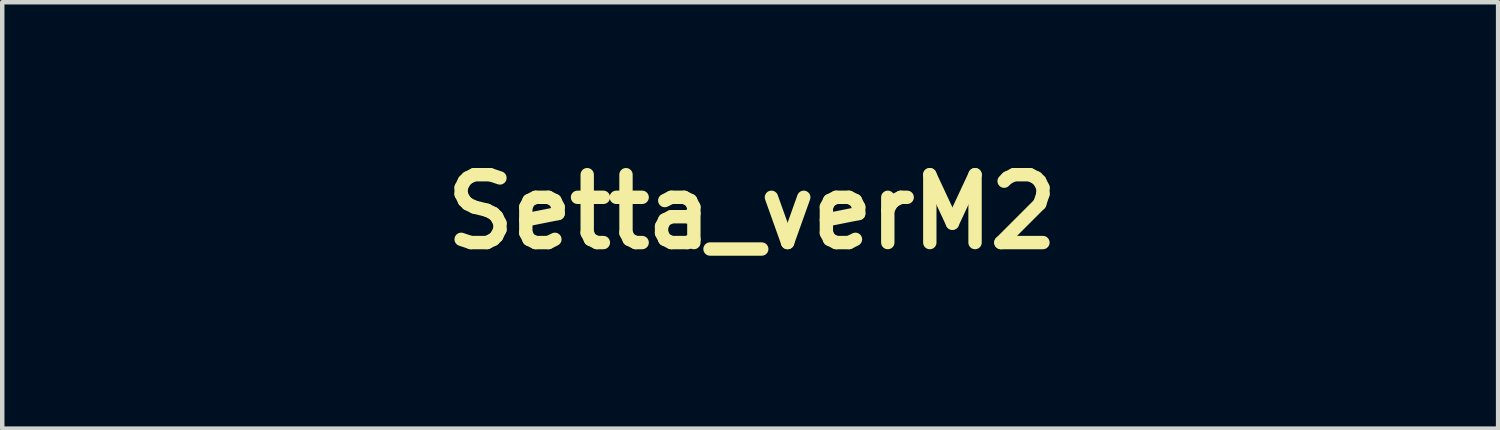
<source format=kicad_pcb>
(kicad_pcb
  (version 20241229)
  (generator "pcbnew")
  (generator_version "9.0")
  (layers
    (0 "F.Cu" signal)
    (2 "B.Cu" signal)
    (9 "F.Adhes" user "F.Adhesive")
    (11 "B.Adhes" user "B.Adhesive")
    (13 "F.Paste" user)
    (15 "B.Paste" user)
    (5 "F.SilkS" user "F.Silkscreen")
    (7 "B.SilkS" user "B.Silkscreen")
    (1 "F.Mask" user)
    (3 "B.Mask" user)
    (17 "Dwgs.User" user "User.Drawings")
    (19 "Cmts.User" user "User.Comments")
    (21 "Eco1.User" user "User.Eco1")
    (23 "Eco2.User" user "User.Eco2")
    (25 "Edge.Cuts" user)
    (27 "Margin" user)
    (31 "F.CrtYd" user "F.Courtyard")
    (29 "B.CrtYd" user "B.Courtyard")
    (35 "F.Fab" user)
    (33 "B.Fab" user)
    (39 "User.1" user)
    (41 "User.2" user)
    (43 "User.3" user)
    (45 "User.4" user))
  (footprint "Setta_verM2"
    (layer "F.Cu")
    (at 13.836 1.707)
    (property "Reference" "Setta_verM2" (at 0 0 0) (layer "F.SilkS") (effects (font (size 1.524 1.524) (thickness 0.3))))
    (attr through_hole)
    (fp_poly (pts (xy -4.685 0.169) (xy -5.165 0.169) (xy -5.165 -0.31) (xy -4.685 -0.31) (xy -4.685 0.169)) (stroke (width 0.01) (type solid)) (fill yes) (layer "F.Mask"))
    (fp_poly (pts (xy -6.837 -0.304) (xy -6.59 -0.296) (xy -6.59 0.155) (xy -6.837 0.163) (xy -7.084 0.172) (xy -7.084 -0.313) (xy -6.837 -0.304)) (stroke (width 0.01) (type solid)) (fill yes) (layer "F.Mask"))
    (fp_poly (pts (xy -5.207 1.538) (xy -5.469 1.546) (xy -5.601 1.548) (xy -5.685 1.543) (xy -5.731 1.531) (xy -5.745 1.517) (xy -5.748 1.478) (xy -5.749 1.392) (xy -5.748 1.268) (xy -5.745 1.112) (xy -5.74 0.936) (xy -5.737 0.859) (xy -5.715 0.24) (xy -5.207 0.24) (xy -5.207 1.538)) (stroke (width 0.01) (type solid)) (fill yes) (layer "F.Mask"))
    (fp_poly (pts (xy 7.586 1.219) (xy 7.578 1.538) (xy 7.294 1.546) (xy 7.173 1.548) (xy 7.073 1.545) (xy 7.008 1.54) (xy 6.991 1.534) (xy 6.981 1.498) (xy 6.974 1.422) (xy 6.971 1.32) (xy 6.971 1.308) (xy 6.971 1.101) (xy 7.055 1.101) (xy 7.132 1.079) (xy 7.182 1.023) (xy 7.19 0.954) (xy 7.203 0.933) (xy 7.259 0.919) (xy 7.362 0.91) (xy 7.388 0.909) (xy 7.594 0.901) (xy 7.586 1.219)) (stroke (width 0.01) (type solid)) (fill yes) (layer "F.Mask"))
    (fp_poly (pts (xy -7.287 -0.761) (xy -7.216 -0.754) (xy -7.167 -0.732) (xy -7.137 -0.687) (xy -7.12 -0.613) (xy -7.113 -0.501) (xy -7.112 -0.343) (xy -7.112 0.169) (xy -8.102 0.169) (xy -8.094 -0.078) (xy -8.086 -0.325) (xy -7.881 -0.333) (xy -7.756 -0.343) (xy -7.678 -0.368) (xy -7.636 -0.417) (xy -7.623 -0.499) (xy -7.624 -0.581) (xy -7.622 -0.668) (xy -7.6 -0.721) (xy -7.546 -0.75) (xy -7.452 -0.76) (xy -7.385 -0.762) (xy -7.287 -0.761)) (stroke (width 0.01) (type solid)) (fill yes) (layer "F.Mask"))
    (fp_poly (pts (xy -7.432 0.226) (xy -7.335 0.231) (xy -7.323 0.231) (xy -7.126 0.24) (xy -7.126 1.538) (xy -7.385 1.546) (xy -7.5 1.547) (xy -7.593 1.543) (xy -7.649 1.534) (xy -7.66 1.528) (xy -7.663 1.494) (xy -7.665 1.411) (xy -7.665 1.289) (xy -7.663 1.136) (xy -7.66 0.961) (xy -7.657 0.878) (xy -7.652 0.668) (xy -7.646 0.507) (xy -7.638 0.39) (xy -7.623 0.31) (xy -7.599 0.26) (xy -7.561 0.234) (xy -7.507 0.224) (xy -7.432 0.226)) (stroke (width 0.01) (type solid)) (fill yes) (layer "F.Mask"))
    (fp_poly (pts (xy -5.37 -0.761) (xy -5.291 -0.752) (xy -5.266 -0.745) (xy -5.249 -0.731) (xy -5.237 -0.7) (xy -5.228 -0.643) (xy -5.224 -0.552) (xy -5.222 -0.419) (xy -5.221 -0.279) (xy -5.221 0.169) (xy -6.181 0.169) (xy -6.181 -0.339) (xy -5.972 -0.339) (xy -5.855 -0.341) (xy -5.783 -0.355) (xy -5.746 -0.391) (xy -5.731 -0.459) (xy -5.729 -0.561) (xy -5.722 -0.648) (xy -5.705 -0.712) (xy -5.695 -0.728) (xy -5.651 -0.745) (xy -5.569 -0.756) (xy -5.47 -0.762) (xy -5.37 -0.761)) (stroke (width 0.01) (type solid)) (fill yes) (layer "F.Mask"))
    (fp_poly (pts (xy 3.643 0.147) (xy 3.937 0.155) (xy 4.021 0.361) (xy 4.061 0.467) (xy 4.079 0.539) (xy 4.066 0.584) (xy 4.016 0.608) (xy 3.924 0.618) (xy 3.783 0.62) (xy 3.761 0.62) (xy 3.637 0.62) (xy 3.557 0.615) (xy 3.508 0.603) (xy 3.478 0.582) (xy 3.46 0.557) (xy 3.416 0.478) (xy 3.376 0.384) (xy 3.343 0.291) (xy 3.323 0.213) (xy 3.322 0.168) (xy 3.324 0.164) (xy 3.361 0.154) (xy 3.442 0.148) (xy 3.552 0.146) (xy 3.643 0.147)) (stroke (width 0.01) (type solid)) (fill yes) (layer "F.Mask"))
    (fp_poly (pts (xy -2.568 0.954) (xy -2.556 1.052) (xy -2.513 1.107) (xy -2.429 1.128) (xy -2.393 1.129) (xy -2.286 1.129) (xy -2.286 1.552) (xy -2.648 1.552) (xy -2.786 1.551) (xy -2.902 1.547) (xy -2.987 1.541) (xy -3.028 1.534) (xy -3.029 1.533) (xy -3.04 1.494) (xy -3.047 1.413) (xy -3.049 1.306) (xy -3.048 1.186) (xy -3.042 1.069) (xy -3.034 0.969) (xy -3.023 0.901) (xy -3.014 0.881) (xy -2.967 0.862) (xy -2.877 0.85) (xy -2.774 0.847) (xy -2.568 0.847) (xy -2.568 0.954)) (stroke (width 0.01) (type solid)) (fill yes) (layer "F.Mask"))
    (fp_poly (pts (xy 3.779 -0.76) (xy 3.859 -0.749) (xy 3.91 -0.72) (xy 3.937 -0.665) (xy 3.947 -0.575) (xy 3.943 -0.443) (xy 3.937 -0.344) (xy 3.917 0) (xy 3.552 0) (xy 3.393 -0.001) (xy 3.283 -0.006) (xy 3.214 -0.015) (xy 3.18 -0.029) (xy 3.173 -0.038) (xy 3.167 -0.084) (xy 3.164 -0.168) (xy 3.167 -0.271) (xy 3.175 -0.466) (xy 3.274 -0.475) (xy 3.365 -0.493) (xy 3.418 -0.533) (xy 3.447 -0.609) (xy 3.454 -0.65) (xy 3.472 -0.762) (xy 3.664 -0.762) (xy 3.779 -0.76)) (stroke (width 0.01) (type solid)) (fill yes) (layer "F.Mask"))
    (fp_poly (pts (xy -8.495 1.182) (xy -8.497 1.306) (xy -8.501 1.412) (xy -8.507 1.486) (xy -8.512 1.508) (xy -8.529 1.528) (xy -8.569 1.542) (xy -8.641 1.549) (xy -8.756 1.552) (xy -8.819 1.552) (xy -9.109 1.552) (xy -9.128 1.375) (xy -9.137 1.249) (xy -9.13 1.167) (xy -9.102 1.121) (xy -9.049 1.099) (xy -9.022 1.095) (xy -8.956 1.079) (xy -8.926 1.037) (xy -8.918 1.002) (xy -8.908 0.958) (xy -8.889 0.932) (xy -8.848 0.919) (xy -8.771 0.912) (xy -8.699 0.909) (xy -8.495 0.901) (xy -8.495 1.182)) (stroke (width 0.01) (type solid)) (fill yes) (layer "F.Mask"))
    (fp_poly (pts (xy -13.105 0.679) (xy -12.949 0.683) (xy -12.842 0.691) (xy -12.78 0.702) (xy -12.762 0.711) (xy -12.749 0.746) (xy -12.739 0.821) (xy -12.733 0.942) (xy -12.729 1.113) (xy -12.728 1.29) (xy -12.728 1.834) (xy -13.034 1.834) (xy -13.16 1.833) (xy -13.265 1.828) (xy -13.335 1.822) (xy -13.359 1.816) (xy -13.37 1.778) (xy -13.376 1.705) (xy -13.377 1.662) (xy -13.383 1.565) (xy -13.397 1.479) (xy -13.404 1.457) (xy -13.424 1.418) (xy -13.455 1.396) (xy -13.514 1.384) (xy -13.613 1.378) (xy -13.623 1.377) (xy -13.815 1.369) (xy -13.823 1.023) (xy -13.831 0.677) (xy -13.313 0.677) (xy -13.105 0.679)) (stroke (width 0.01) (type solid)) (fill yes) (layer "F.Mask"))
    (fp_poly (pts (xy -3.124 -0.705) (xy -2.979 -0.701) (xy -2.975 -0.701) (xy -2.821 -0.694) (xy -2.713 -0.685) (xy -2.641 -0.673) (xy -2.596 -0.656) (xy -2.575 -0.64) (xy -2.559 -0.618) (xy -2.546 -0.584) (xy -2.537 -0.531) (xy -2.53 -0.452) (xy -2.525 -0.338) (xy -2.521 -0.184) (xy -2.517 0.019) (xy -2.517 0.043) (xy -2.508 0.677) (xy -2.992 0.677) (xy -2.994 0.289) (xy -2.996 0.105) (xy -3.001 -0.03) (xy -3.01 -0.125) (xy -3.028 -0.186) (xy -3.057 -0.223) (xy -3.1 -0.243) (xy -3.16 -0.253) (xy -3.193 -0.257) (xy -3.313 -0.274) (xy -3.382 -0.297) (xy -3.408 -0.327) (xy -3.404 -0.353) (xy -3.413 -0.394) (xy -3.431 -0.406) (xy -3.465 -0.445) (xy -3.467 -0.511) (xy -3.439 -0.586) (xy -3.399 -0.64) (xy -3.367 -0.67) (xy -3.334 -0.69) (xy -3.291 -0.701) (xy -3.224 -0.706) (xy -3.124 -0.705)) (stroke (width 0.01) (type solid)) (fill yes) (layer "F.Mask"))
    (fp_poly (pts (xy -3.167 0.049) (xy -3.175 0.268) (xy -3.852 0.296) (xy -3.86 0.659) (xy -3.861 0.841) (xy -3.856 0.97) (xy -3.844 1.045) (xy -3.836 1.061) (xy -3.8 1.08) (xy -3.723 1.093) (xy -3.6 1.103) (xy -3.476 1.107) (xy -3.147 1.115) (xy -3.138 1.31) (xy -3.138 1.43) (xy -3.149 1.502) (xy -3.167 1.528) (xy -3.207 1.537) (xy -3.293 1.544) (xy -3.411 1.549) (xy -3.549 1.551) (xy -3.57 1.552) (xy -3.726 1.551) (xy -3.84 1.546) (xy -3.923 1.537) (xy -3.99 1.521) (xy -4.055 1.497) (xy -4.083 1.484) (xy -4.169 1.436) (xy -4.236 1.387) (xy -4.259 1.359) (xy -4.27 1.309) (xy -4.279 1.207) (xy -4.285 1.056) (xy -4.289 0.861) (xy -4.29 0.67) (xy -4.29 0.465) (xy -4.289 0.31) (xy -4.286 0.195) (xy -4.281 0.115) (xy -4.274 0.06) (xy -4.263 0.025) (xy -4.247 -0.000144) (xy -4.227 -0.021) (xy -4.226 -0.022) (xy -4.157 -0.078) (xy -4.079 -0.118) (xy -3.983 -0.145) (xy -3.858 -0.161) (xy -3.693 -0.168) (xy -3.556 -0.169) (xy -3.159 -0.169) (xy -3.167 0.049)) (stroke (width 0.01) (type solid)) (fill yes) (layer "F.Mask"))
    (fp_poly (pts (xy 5.207 -0.76) (xy 5.311 -0.754) (xy 5.38 -0.745) (xy 5.403 -0.736) (xy 5.399 -0.703) (xy 5.377 -0.626) (xy 5.34 -0.514) (xy 5.292 -0.377) (xy 5.246 -0.249) (xy 5.184 -0.083) (xy 5.109 0.122) (xy 5.027 0.349) (xy 4.943 0.582) (xy 4.863 0.806) (xy 4.839 0.875) (xy 4.605 1.538) (xy 4.237 1.546) (xy 4.086 1.549) (xy 3.981 1.548) (xy 3.913 1.543) (xy 3.873 1.532) (xy 3.85 1.516) (xy 3.842 1.502) (xy 3.804 1.423) (xy 3.759 1.318) (xy 3.713 1.199) (xy 3.669 1.078) (xy 3.631 0.968) (xy 3.606 0.882) (xy 3.596 0.832) (xy 3.597 0.827) (xy 3.616 0.809) (xy 3.662 0.797) (xy 3.745 0.792) (xy 3.873 0.792) (xy 3.916 0.792) (xy 4.219 0.798) (xy 4.311 0.547) (xy 4.352 0.434) (xy 4.406 0.282) (xy 4.467 0.109) (xy 4.531 -0.072) (xy 4.569 -0.183) (xy 4.624 -0.341) (xy 4.674 -0.483) (xy 4.715 -0.598) (xy 4.744 -0.679) (xy 4.756 -0.713) (xy 4.772 -0.735) (xy 4.804 -0.749) (xy 4.864 -0.757) (xy 4.961 -0.761) (xy 5.081 -0.762) (xy 5.207 -0.76)) (stroke (width 0.01) (type solid)) (fill yes) (layer "F.Mask"))
    (fp_poly (pts (xy 13.259 -1.691) (xy 13.374 -1.684) (xy 13.496 -1.675) (xy 13.5 -1.675) (xy 13.715 -1.657) (xy 13.73 1.496) (xy 13.612 1.496) (xy 13.534 1.502) (xy 13.483 1.517) (xy 13.476 1.524) (xy 13.49 1.541) (xy 13.553 1.551) (xy 13.603 1.552) (xy 13.748 1.552) (xy 13.739 1.658) (xy 13.73 1.764) (xy 13.067 1.78) (xy 13.067 1.24) (xy 13.22 1.24) (xy 13.228 1.252) (xy 13.269 1.269) (xy 13.291 1.24) (xy 13.524 1.24) (xy 13.537 1.265) (xy 13.561 1.27) (xy 13.596 1.256) (xy 13.598 1.24) (xy 13.569 1.211) (xy 13.561 1.209) (xy 13.528 1.231) (xy 13.524 1.24) (xy 13.291 1.24) (xy 13.292 1.239) (xy 13.293 1.228) (xy 13.278 1.19) (xy 13.266 1.185) (xy 13.229 1.204) (xy 13.22 1.24) (xy 13.067 1.24) (xy 13.067 1.219) (xy 13.066 1.008) (xy 13.063 0.761) (xy 13.059 0.498) (xy 13.054 0.242) (xy 13.048 0.02) (xy 13.03 -0.619) (xy 12.83 -0.627) (xy 12.629 -0.635) (xy 12.621 -0.938) (xy 12.613 -1.242) (xy 12.784 -1.242) (xy 12.914 -1.251) (xy 12.998 -1.284) (xy 13.046 -1.35) (xy 13.065 -1.458) (xy 13.067 -1.524) (xy 13.067 -1.693) (xy 13.176 -1.693) (xy 13.259 -1.691)) (stroke (width 0.01) (type solid)) (fill yes) (layer "F.Mask"))
    (fp_poly (pts (xy -11.695 -0.192) (xy -11.527 -0.175) (xy -11.355 -0.147) (xy -11.202 -0.11) (xy -11.113 -0.079) (xy -10.98 0.000097) (xy -10.86 0.112) (xy -10.766 0.24) (xy -10.721 0.343) (xy -10.698 0.465) (xy -10.686 0.621) (xy -10.684 0.792) (xy -10.692 0.96) (xy -10.709 1.107) (xy -10.733 1.204) (xy -10.83 1.41) (xy -10.962 1.584) (xy -11.123 1.719) (xy -11.305 1.809) (xy -11.404 1.835) (xy -11.48 1.844) (xy -11.592 1.852) (xy -11.726 1.858) (xy -11.872 1.861) (xy -12.017 1.862) (xy -12.152 1.861) (xy -12.263 1.858) (xy -12.34 1.852) (xy -12.371 1.844) (xy -12.378 1.81) (xy -12.384 1.731) (xy -12.388 1.621) (xy -12.39 1.509) (xy -12.39 1.194) (xy -12.174 1.175) (xy -12.037 1.166) (xy -11.894 1.159) (xy -11.785 1.157) (xy -11.629 1.139) (xy -11.515 1.083) (xy -11.441 0.988) (xy -11.405 0.852) (xy -11.402 0.777) (xy -11.41 0.685) (xy -11.441 0.613) (xy -11.496 0.545) (xy -11.554 0.489) (xy -11.61 0.454) (xy -11.685 0.433) (xy -11.783 0.419) (xy -11.883 0.405) (xy -11.96 0.389) (xy -11.997 0.375) (xy -11.998 0.374) (xy -12.005 0.339) (xy -12.007 0.26) (xy -12.004 0.152) (xy -11.999 0.085) (xy -11.98 -0.183) (xy -11.839 -0.193) (xy -11.695 -0.192)) (stroke (width 0.01) (type solid)) (fill yes) (layer "F.Mask"))
    (fp_poly (pts (xy 8.467 -0.6) (xy 8.469 -0.447) (xy 8.476 -0.278) (xy 8.484 -0.129) (xy 8.485 -0.121) (xy 8.503 0.11) (xy 8.636 -0.079) (xy 8.772 -0.256) (xy 8.917 -0.416) (xy 9.064 -0.553) (xy 9.204 -0.66) (xy 9.332 -0.731) (xy 9.439 -0.761) (xy 9.453 -0.762) (xy 9.563 -0.745) (xy 9.641 -0.697) (xy 9.677 -0.626) (xy 9.678 -0.597) (xy 9.682 -0.518) (xy 9.695 -0.467) (xy 9.701 -0.421) (xy 9.666 -0.377) (xy 9.636 -0.354) (xy 9.534 -0.273) (xy 9.409 -0.159) (xy 9.276 -0.026) (xy 9.145 0.114) (xy 9.03 0.247) (xy 8.943 0.361) (xy 8.835 0.531) (xy 8.755 0.69) (xy 8.706 0.828) (xy 8.692 0.918) (xy 8.67 0.987) (xy 8.633 1.012) (xy 8.606 1.025) (xy 8.59 1.048) (xy 8.58 1.091) (xy 8.576 1.165) (xy 8.577 1.281) (xy 8.578 1.35) (xy 8.583 1.665) (xy 8.16 1.665) (xy 8.151 1.559) (xy 8.139 1.488) (xy 8.111 1.455) (xy 8.065 1.445) (xy 8.023 1.437) (xy 7.999 1.417) (xy 7.989 1.371) (xy 7.987 1.287) (xy 7.987 1.254) (xy 7.987 1.072) (xy 8.073 1.072) (xy 8.132 1.064) (xy 8.14 1.042) (xy 8.101 1.022) (xy 8.054 1.024) (xy 7.987 1.036) (xy 7.987 -0.847) (xy 8.467 -0.847) (xy 8.467 -0.6)) (stroke (width 0.01) (type solid)) (fill yes) (layer "F.Mask"))
    (fp_poly (pts (xy 1.277 -1.693) (xy 1.349 -1.691) (xy 1.456 -1.685) (xy 1.578 -1.677) (xy 1.602 -1.675) (xy 1.834 -1.657) (xy 1.834 1.496) (xy 1.723 1.496) (xy 1.648 1.502) (xy 1.6 1.519) (xy 1.595 1.524) (xy 1.608 1.542) (xy 1.669 1.551) (xy 1.707 1.552) (xy 1.803 1.562) (xy 1.852 1.596) (xy 1.86 1.661) (xy 1.851 1.708) (xy 1.842 1.738) (xy 1.825 1.758) (xy 1.791 1.77) (xy 1.728 1.776) (xy 1.629 1.778) (xy 1.509 1.778) (xy 1.185 1.778) (xy 1.185 1.235) (xy 1.185 1.228) (xy 1.326 1.228) (xy 1.349 1.265) (xy 1.369 1.27) (xy 1.406 1.247) (xy 1.411 1.228) (xy 1.637 1.228) (xy 1.651 1.263) (xy 1.667 1.265) (xy 1.696 1.235) (xy 1.698 1.228) (xy 1.676 1.195) (xy 1.667 1.191) (xy 1.641 1.204) (xy 1.637 1.228) (xy 1.411 1.228) (xy 1.389 1.19) (xy 1.369 1.185) (xy 1.331 1.208) (xy 1.326 1.228) (xy 1.185 1.228) (xy 1.184 1.032) (xy 1.182 0.793) (xy 1.178 0.537) (xy 1.173 0.282) (xy 1.167 0.049) (xy 1.167 0.036) (xy 1.148 -0.619) (xy 0.948 -0.627) (xy 0.748 -0.635) (xy 0.74 -0.938) (xy 0.732 -1.242) (xy 0.902 -1.242) (xy 1.032 -1.251) (xy 1.117 -1.284) (xy 1.164 -1.35) (xy 1.184 -1.458) (xy 1.185 -1.524) (xy 1.185 -1.693) (xy 1.277 -1.693)) (stroke (width 0.01) (type solid)) (fill yes) (layer "F.Mask"))
    (fp_poly (pts (xy 6.703 -0.549) (xy 6.925 -0.548) (xy 7.099 -0.544) (xy 7.231 -0.534) (xy 7.328 -0.519) (xy 7.398 -0.494) (xy 7.449 -0.46) (xy 7.486 -0.413) (xy 7.519 -0.353) (xy 7.521 -0.349) (xy 7.545 -0.284) (xy 7.56 -0.2) (xy 7.569 -0.085) (xy 7.572 0.074) (xy 7.572 0.083) (xy 7.567 0.284) (xy 7.549 0.435) (xy 7.516 0.544) (xy 7.467 0.617) (xy 7.425 0.648) (xy 7.369 0.661) (xy 7.26 0.669) (xy 7.102 0.672) (xy 6.908 0.671) (xy 6.449 0.663) (xy 6.44 0.487) (xy 6.437 0.389) (xy 6.443 0.333) (xy 6.463 0.303) (xy 6.501 0.284) (xy 6.506 0.282) (xy 6.565 0.27) (xy 6.665 0.26) (xy 6.788 0.255) (xy 6.859 0.254) (xy 6.998 0.252) (xy 7.089 0.242) (xy 7.142 0.217) (xy 7.165 0.167) (xy 7.169 0.087) (xy 7.163 -0.001) (xy 7.154 -0.079) (xy 7.132 -0.119) (xy 7.081 -0.139) (xy 7.042 -0.148) (xy 6.967 -0.157) (xy 6.853 -0.163) (xy 6.717 -0.164) (xy 6.619 -0.163) (xy 6.308 -0.155) (xy 6.308 1.087) (xy 6.816 1.115) (xy 6.816 1.538) (xy 6.505 1.544) (xy 6.375 1.544) (xy 6.263 1.541) (xy 6.184 1.536) (xy 6.152 1.53) (xy 6.009 1.435) (xy 5.909 1.304) (xy 5.9 1.287) (xy 5.882 1.246) (xy 5.868 1.201) (xy 5.857 1.146) (xy 5.85 1.072) (xy 5.846 0.972) (xy 5.843 0.837) (xy 5.842 0.66) (xy 5.842 0.48) (xy 5.842 0.263) (xy 5.844 0.094) (xy 5.847 -0.034) (xy 5.852 -0.128) (xy 5.859 -0.198) (xy 5.87 -0.25) (xy 5.885 -0.292) (xy 5.899 -0.323) (xy 5.936 -0.394) (xy 5.973 -0.448) (xy 6.018 -0.488) (xy 6.079 -0.516) (xy 6.163 -0.534) (xy 6.278 -0.544) (xy 6.431 -0.549) (xy 6.631 -0.549) (xy 6.703 -0.549)) (stroke (width 0.01) (type solid)) (fill yes) (layer "F.Mask"))
    (fp_poly (pts (xy -9.363 -0.558) (xy -9.349 -0.558) (xy -9.153 -0.554) (xy -9.005 -0.549) (xy -8.897 -0.543) (xy -8.82 -0.535) (xy -8.768 -0.524) (xy -8.73 -0.51) (xy -8.699 -0.491) (xy -8.623 -0.42) (xy -8.57 -0.333) (xy -8.536 -0.218) (xy -8.518 -0.065) (xy -8.514 0.096) (xy -8.519 0.291) (xy -8.539 0.437) (xy -8.574 0.541) (xy -8.628 0.611) (xy -8.681 0.645) (xy -8.74 0.658) (xy -8.848 0.668) (xy -8.998 0.675) (xy -9.183 0.677) (xy -9.202 0.677) (xy -9.652 0.677) (xy -9.652 0.483) (xy -9.651 0.395) (xy -9.643 0.333) (xy -9.619 0.292) (xy -9.57 0.269) (xy -9.489 0.258) (xy -9.366 0.255) (xy -9.239 0.254) (xy -9.101 0.253) (xy -9.009 0.246) (xy -8.955 0.226) (xy -8.928 0.187) (xy -8.919 0.123) (xy -8.919 0.047) (xy -8.921 -0.028) (xy -8.932 -0.082) (xy -8.96 -0.118) (xy -9.014 -0.141) (xy -9.101 -0.153) (xy -9.231 -0.161) (xy -9.359 -0.165) (xy -9.516 -0.169) (xy -9.626 -0.169) (xy -9.698 -0.165) (xy -9.743 -0.156) (xy -9.77 -0.14) (xy -9.784 -0.125) (xy -9.799 -0.089) (xy -9.809 -0.023) (xy -9.815 0.081) (xy -9.818 0.227) (xy -9.818 0.422) (xy -9.816 0.59) (xy -9.812 0.743) (xy -9.807 0.871) (xy -9.801 0.963) (xy -9.797 1.002) (xy -9.779 1.087) (xy -9.271 1.115) (xy -9.271 1.538) (xy -9.581 1.545) (xy -9.735 1.546) (xy -9.844 1.541) (xy -9.923 1.528) (xy -9.983 1.507) (xy -9.986 1.505) (xy -10.067 1.455) (xy -10.132 1.392) (xy -10.183 1.308) (xy -10.221 1.199) (xy -10.247 1.058) (xy -10.263 0.879) (xy -10.27 0.657) (xy -10.269 0.386) (xy -10.268 0.327) (xy -10.264 0.139) (xy -10.26 -0.003) (xy -10.255 -0.106) (xy -10.246 -0.182) (xy -10.234 -0.238) (xy -10.216 -0.284) (xy -10.193 -0.331) (xy -10.188 -0.339) (xy -10.145 -0.41) (xy -10.1 -0.465) (xy -10.046 -0.506) (xy -9.975 -0.533) (xy -9.879 -0.55) (xy -9.75 -0.559) (xy -9.581 -0.561) (xy -9.363 -0.558)) (stroke (width 0.01) (type solid)) (fill yes) (layer "F.Mask"))
    (fp_poly (pts (xy -12.213 -1.634) (xy -12.178 -1.634) (xy -11.89 -1.633) (xy -11.654 -1.631) (xy -11.463 -1.628) (xy -11.312 -1.623) (xy -11.197 -1.615) (xy -11.11 -1.605) (xy -11.048 -1.592) (xy -11.004 -1.574) (xy -10.973 -1.553) (xy -10.95 -1.526) (xy -10.948 -1.524) (xy -10.891 -1.421) (xy -10.881 -1.341) (xy -10.914 -1.282) (xy -10.944 -1.241) (xy -10.929 -1.221) (xy -10.897 -1.186) (xy -10.901 -1.129) (xy -10.938 -1.069) (xy -10.947 -1.062) (xy -10.967 -1.048) (xy -11 -1.037) (xy -11.052 -1.027) (xy -11.127 -1.019) (xy -11.233 -1.012) (xy -11.376 -1.006) (xy -11.56 -0.999) (xy -11.792 -0.993) (xy -11.902 -0.99) (xy -12.178 -0.982) (xy -12.403 -0.974) (xy -12.583 -0.965) (xy -12.723 -0.952) (xy -12.83 -0.936) (xy -12.908 -0.913) (xy -12.965 -0.882) (xy -13.004 -0.843) (xy -13.032 -0.793) (xy -13.054 -0.732) (xy -13.067 -0.689) (xy -13.085 -0.61) (xy -13.081 -0.544) (xy -13.053 -0.463) (xy -13.044 -0.444) (xy -12.987 -0.346) (xy -12.91 -0.279) (xy -12.803 -0.235) (xy -12.654 -0.21) (xy -12.598 -0.205) (xy -12.39 -0.189) (xy -12.389 -0.088) (xy -12.387 -0.005) (xy -12.379 0.107) (xy -12.371 0.205) (xy -12.353 0.395) (xy -12.618 0.392) (xy -12.756 0.388) (xy -12.891 0.38) (xy -13 0.37) (xy -13.028 0.367) (xy -13.238 0.323) (xy -13.404 0.256) (xy -13.537 0.164) (xy -13.568 0.134) (xy -13.666 0.017) (xy -13.732 -0.107) (xy -13.772 -0.255) (xy -13.793 -0.441) (xy -13.793 -0.452) (xy -13.787 -0.733) (xy -13.737 -0.98) (xy -13.644 -1.194) (xy -13.614 -1.232) (xy -11.167 -1.232) (xy -11.163 -1.216) (xy -11.148 -1.214) (xy -11.125 -1.224) (xy -11.129 -1.232) (xy -11.162 -1.236) (xy -11.167 -1.232) (xy -13.614 -1.232) (xy -13.507 -1.372) (xy -13.423 -1.439) (xy -11.402 -1.439) (xy -11.38 -1.412) (xy -11.374 -1.411) (xy -11.346 -1.433) (xy -11.345 -1.439) (xy -11.367 -1.467) (xy -11.374 -1.468) (xy -11.401 -1.446) (xy -11.402 -1.439) (xy -13.423 -1.439) (xy -13.328 -1.514) (xy -13.206 -1.579) (xy -13.169 -1.595) (xy -13.128 -1.607) (xy -13.078 -1.617) (xy -13.012 -1.624) (xy -12.924 -1.629) (xy -12.807 -1.632) (xy -12.653 -1.634) (xy -12.458 -1.634) (xy -12.213 -1.634)) (stroke (width 0.01) (type solid)) (fill yes) (layer "F.Mask"))
    (fp_poly (pts (xy 12.189 -1.62) (xy 12.253 -1.539) (xy 12.244 0.006) (xy 12.242 0.341) (xy 12.239 0.625) (xy 12.237 0.861) (xy 12.235 1.055) (xy 12.232 1.21) (xy 12.228 1.331) (xy 12.223 1.423) (xy 12.218 1.49) (xy 12.211 1.537) (xy 12.203 1.569) (xy 12.194 1.589) (xy 12.184 1.601) (xy 12.166 1.615) (xy 12.139 1.626) (xy 12.098 1.635) (xy 12.036 1.641) (xy 11.946 1.646) (xy 11.824 1.65) (xy 11.663 1.652) (xy 11.456 1.654) (xy 11.239 1.655) (xy 11.016 1.655) (xy 10.808 1.655) (xy 10.624 1.654) (xy 10.47 1.652) (xy 10.353 1.65) (xy 10.282 1.647) (xy 10.266 1.646) (xy 10.232 1.64) (xy 10.203 1.632) (xy 10.179 1.618) (xy 10.159 1.592) (xy 10.143 1.552) (xy 10.13 1.491) (xy 10.121 1.407) (xy 10.114 1.295) (xy 10.109 1.15) (xy 10.106 0.969) (xy 10.104 0.746) (xy 10.104 0.477) (xy 10.104 0.425) (xy 10.588 0.425) (xy 10.588 0.635) (xy 10.589 0.814) (xy 10.591 0.958) (xy 10.593 1.061) (xy 10.595 1.115) (xy 10.596 1.122) (xy 10.629 1.136) (xy 10.707 1.146) (xy 10.821 1.154) (xy 10.96 1.159) (xy 11.114 1.161) (xy 11.273 1.16) (xy 11.425 1.156) (xy 11.561 1.149) (xy 11.671 1.139) (xy 11.744 1.127) (xy 11.767 1.117) (xy 11.776 1.078) (xy 11.782 0.991) (xy 11.786 0.863) (xy 11.788 0.702) (xy 11.789 0.513) (xy 11.788 0.306) (xy 11.785 0.088) (xy 11.781 -0.135) (xy 11.776 -0.354) (xy 11.77 -0.563) (xy 11.763 -0.753) (xy 11.755 -0.918) (xy 11.746 -1.049) (xy 11.737 -1.141) (xy 11.727 -1.184) (xy 11.725 -1.186) (xy 11.684 -1.196) (xy 11.591 -1.204) (xy 11.45 -1.208) (xy 11.267 -1.208) (xy 11.144 -1.207) (xy 10.597 -1.199) (xy 10.59 -0.056) (xy 10.589 0.193) (xy 10.588 0.425) (xy 10.104 0.425) (xy 10.104 0.159) (xy 10.104 -0.03) (xy 10.104 -0.365) (xy 10.104 -0.648) (xy 10.105 -0.884) (xy 10.106 -1.077) (xy 10.108 -1.231) (xy 10.111 -1.352) (xy 10.115 -1.443) (xy 10.12 -1.51) (xy 10.126 -1.556) (xy 10.134 -1.586) (xy 10.144 -1.605) (xy 10.154 -1.617) (xy 10.174 -1.63) (xy 10.208 -1.64) (xy 10.262 -1.649) (xy 10.341 -1.656) (xy 10.451 -1.663) (xy 10.597 -1.668) (xy 10.786 -1.674) (xy 11.023 -1.679) (xy 11.164 -1.682) (xy 12.125 -1.702) (xy 12.189 -1.62)) (stroke (width 0.01) (type solid)) (fill yes) (layer "F.Mask"))
    (fp_poly (pts (xy -0.776 -1.665) (xy -0.529 -1.664) (xy -0.331 -1.662) (xy -0.178 -1.658) (xy -0.061 -1.651) (xy 0.025 -1.638) (xy 0.086 -1.62) (xy 0.13 -1.595) (xy 0.162 -1.563) (xy 0.189 -1.521) (xy 0.203 -1.496) (xy 0.222 -1.457) (xy 0.235 -1.414) (xy 0.243 -1.358) (xy 0.247 -1.28) (xy 0.246 -1.171) (xy 0.243 -1.022) (xy 0.237 -0.875) (xy 0.23 -0.705) (xy 0.22 -0.553) (xy 0.21 -0.427) (xy 0.199 -0.337) (xy 0.19 -0.296) (xy 0.175 -0.269) (xy 0.154 -0.238) (xy 0.124 -0.197) (xy 0.08 -0.143) (xy 0.018 -0.07) (xy -0.066 0.025) (xy -0.175 0.149) (xy -0.313 0.305) (xy -0.485 0.498) (xy -0.49 0.503) (xy -0.626 0.656) (xy -0.749 0.796) (xy -0.856 0.917) (xy -0.94 1.014) (xy -0.997 1.081) (xy -1.022 1.112) (xy -1.022 1.113) (xy -1.018 1.125) (xy -0.985 1.135) (xy -0.92 1.144) (xy -0.815 1.151) (xy -0.667 1.157) (xy -0.468 1.164) (xy -0.415 1.165) (xy 0.212 1.182) (xy 0.275 1.256) (xy 0.328 1.356) (xy 0.336 1.473) (xy 0.303 1.587) (xy 0.23 1.682) (xy 0.226 1.685) (xy 0.199 1.695) (xy 0.143 1.703) (xy 0.052 1.709) (xy -0.077 1.714) (xy -0.248 1.717) (xy -0.466 1.719) (xy -0.734 1.721) (xy -0.84 1.721) (xy -1.863 1.722) (xy -1.863 1.326) (xy 0.028 1.326) (xy 0.05 1.354) (xy 0.056 1.355) (xy 0.084 1.333) (xy 0.085 1.326) (xy 0.063 1.299) (xy 0.056 1.298) (xy 0.029 1.32) (xy 0.028 1.326) (xy -1.863 1.326) (xy -1.863 1.103) (xy -1.731 0.953) (xy -1.679 0.895) (xy -1.594 0.803) (xy -1.482 0.682) (xy -1.35 0.54) (xy -1.203 0.383) (xy -1.047 0.217) (xy -0.991 0.158) (xy -0.839 -0.004) (xy -0.699 -0.154) (xy -0.576 -0.288) (xy -0.474 -0.4) (xy -0.399 -0.485) (xy -0.355 -0.537) (xy -0.347 -0.548) (xy -0.329 -0.608) (xy -0.317 -0.705) (xy -0.312 -0.819) (xy -0.314 -0.931) (xy -0.325 -1.021) (xy -0.328 -1.037) (xy -0.337 -1.062) (xy -0.353 -1.079) (xy -0.386 -1.09) (xy -0.445 -1.097) (xy -0.538 -1.1) (xy -0.674 -1.1) (xy -0.758 -1.1) (xy -0.908 -1.098) (xy -1.039 -1.094) (xy -1.141 -1.086) (xy -1.202 -1.078) (xy -1.212 -1.074) (xy -1.234 -1.042) (xy -1.25 -0.972) (xy -1.261 -0.856) (xy -1.265 -0.771) (xy -1.274 -0.642) (xy -1.286 -0.542) (xy -1.302 -0.483) (xy -1.309 -0.473) (xy -1.368 -0.456) (xy -1.452 -0.453) (xy -1.529 -0.466) (xy -1.536 -0.469) (xy -1.57 -0.508) (xy -1.58 -0.564) (xy -1.597 -0.644) (xy -1.653 -0.691) (xy -1.736 -0.71) (xy -1.82 -0.72) (xy -1.828 -1.016) (xy -1.827 -1.218) (xy -1.808 -1.372) (xy -1.769 -1.487) (xy -1.709 -1.57) (xy -1.655 -1.611) (xy -1.625 -1.627) (xy -1.589 -1.639) (xy -1.541 -1.649) (xy -1.474 -1.656) (xy -1.38 -1.66) (xy -1.252 -1.663) (xy -1.085 -1.664) (xy -0.871 -1.665) (xy -0.776 -1.665)) (stroke (width 0.01) (type solid)) (fill yes) (layer "F.Mask")))
  (gr_rect
    (start -3 -3)
    (end 30.588 6.574)
    (stroke (width 0.1) (type default))
    (fill no)
    (layer "Edge.Cuts")))
</source>
